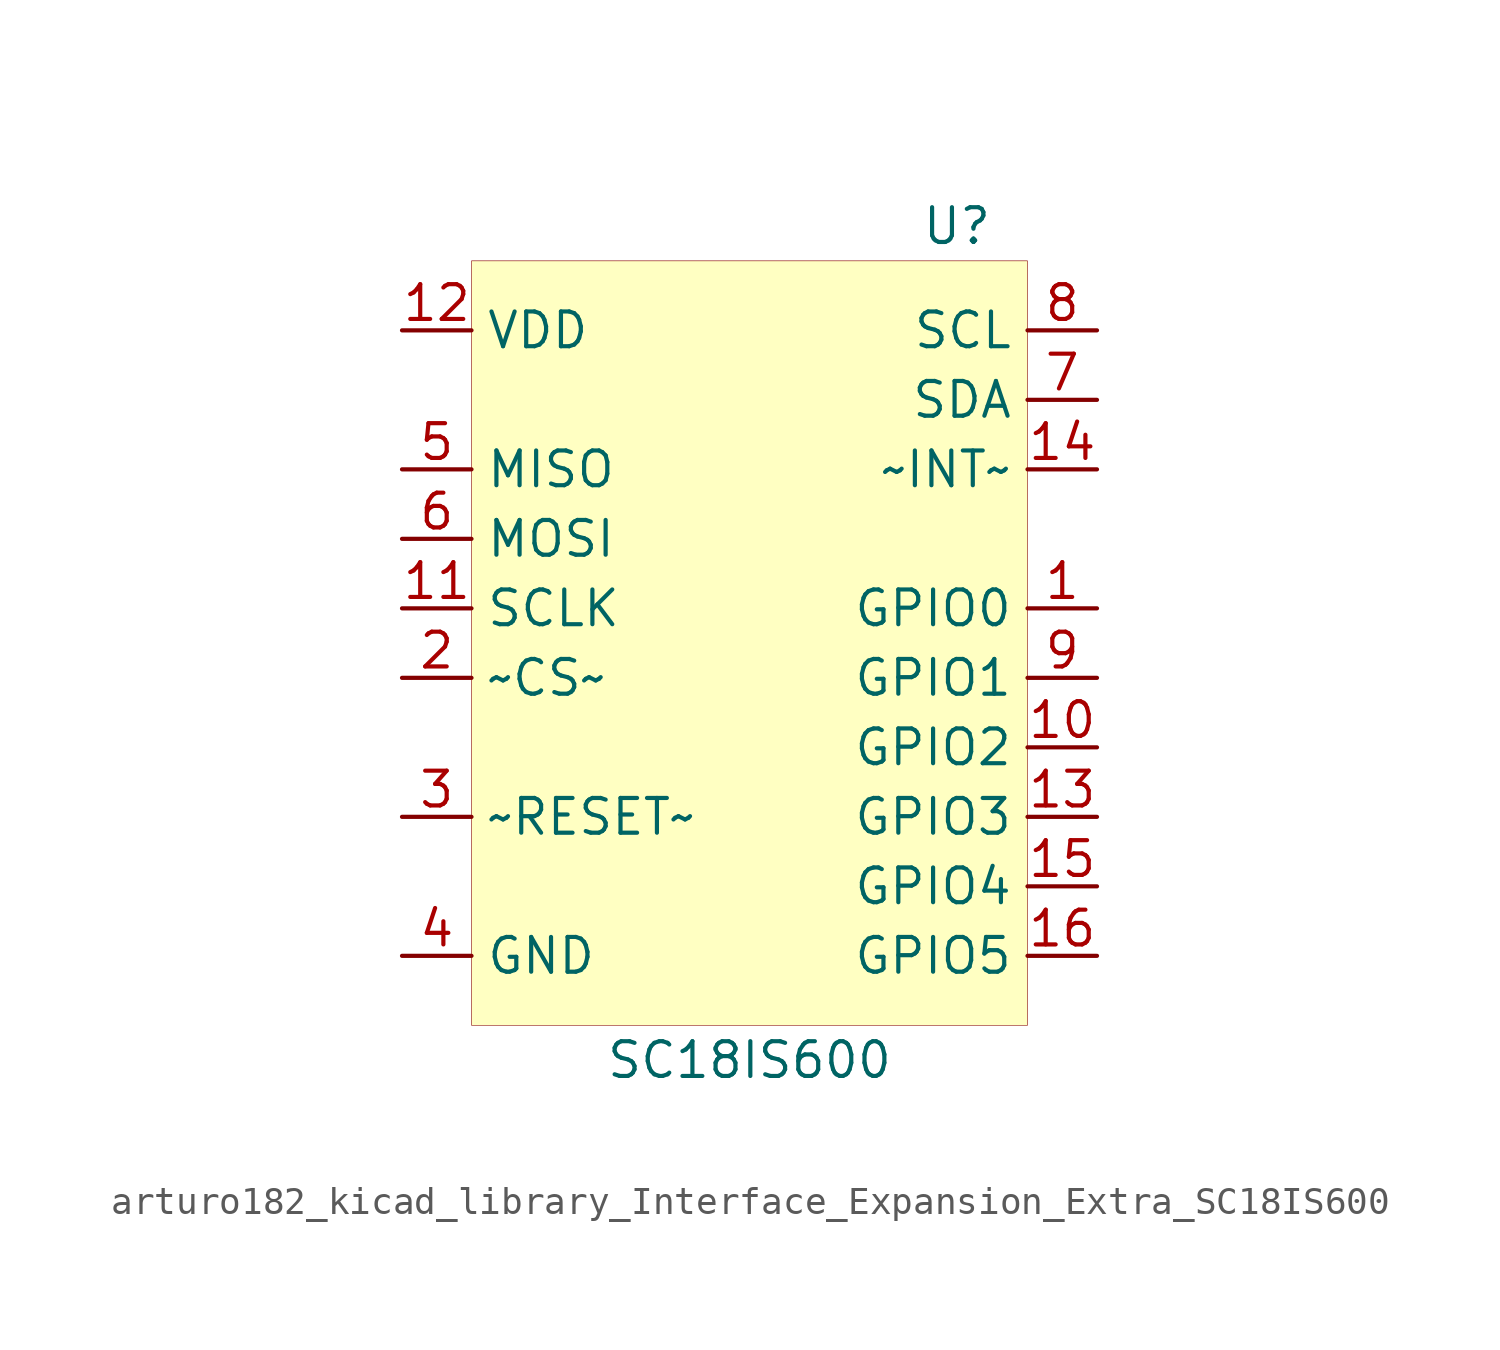
<source format=kicad_sym>
(kicad_symbol_lib
  (version 20220914)
  (generator kicad_symbol_editor)
  (symbol "Interface_Expansion_Extra:arturo182_kicad_library_Interface_Expansion_Extra_SC18IS600"
    (property "Reference" "U"
      (at 8.89 16.51 0)
      (effects (font (size 1.27 1.27)) (justify right)))
    (property "Value" "SC18IS600"
      (at 0 -13.97 0)
      (effects (font (size 1.27 1.27))))
    (symbol "arturo182_kicad_library_Interface_Expansion_Extra_SC18IS600_0_1"
      (rectangle (start -10.16 15.24) (end 10.16 -12.7) (stroke (width 0.001)) (fill (type background))))
    (symbol "arturo182_kicad_library_Interface_Expansion_Extra_SC18IS600_0_0"
      (pin bidirectional line (at 12.7 2.54 180) (length 2.54) (name "GPIO0" (effects (font (size 1.27 1.27)))) (number "1" (effects (font (size 1.27 1.27)))))
      (pin input line (at -12.7 0 0) (length 2.54) (name "~CS~" (effects (font (size 1.27 1.27)))) (number "2" (effects (font (size 1.27 1.27)))))
      (pin input line (at -12.7 -5.08 0) (length 2.54) (name "~RESET~" (effects (font (size 1.27 1.27)))) (number "3" (effects (font (size 1.27 1.27)))))
      (pin power_in line (at -12.7 -10.16 0) (length 2.54) (name "GND" (effects (font (size 1.27 1.27)))) (number "4" (effects (font (size 1.27 1.27)))))
      (pin output line (at -12.7 7.62 0) (length 2.54) (name "MISO" (effects (font (size 1.27 1.27)))) (number "5" (effects (font (size 1.27 1.27)))))
      (pin input line (at -12.7 5.08 0) (length 2.54) (name "MOSI" (effects (font (size 1.27 1.27)))) (number "6" (effects (font (size 1.27 1.27)))))
      (pin bidirectional line (at 12.7 10.16 180) (length 2.54) (name "SDA" (effects (font (size 1.27 1.27)))) (number "7" (effects (font (size 1.27 1.27)))))
      (pin output line (at 12.7 12.7 180) (length 2.54) (name "SCL" (effects (font (size 1.27 1.27)))) (number "8" (effects (font (size 1.27 1.27)))))
      (pin bidirectional line (at 12.7 0 180) (length 2.54) (name "GPIO1" (effects (font (size 1.27 1.27)))) (number "9" (effects (font (size 1.27 1.27)))))
      (pin bidirectional line (at 12.7 -2.54 180) (length 2.54) (name "GPIO2" (effects (font (size 1.27 1.27)))) (number "10" (effects (font (size 1.27 1.27)))))
      (pin input line (at -12.7 2.54 0) (length 2.54) (name "SCLK" (effects (font (size 1.27 1.27)))) (number "11" (effects (font (size 1.27 1.27)))))
      (pin power_in line (at -12.7 12.7 0) (length 2.54) (name "VDD" (effects (font (size 1.27 1.27)))) (number "12" (effects (font (size 1.27 1.27)))))
      (pin bidirectional line (at 12.7 -5.08 180) (length 2.54) (name "GPIO3" (effects (font (size 1.27 1.27)))) (number "13" (effects (font (size 1.27 1.27)))))
      (pin open_collector line (at 12.7 7.62 180) (length 2.54) (name "~INT~" (effects (font (size 1.27 1.27)))) (number "14" (effects (font (size 1.27 1.27)))))
      (pin bidirectional line (at 12.7 -7.62 180) (length 2.54) (name "GPIO4" (effects (font (size 1.27 1.27)))) (number "15" (effects (font (size 1.27 1.27)))))
      (pin bidirectional line (at 12.7 -10.16 180) (length 2.54) (name "GPIO5" (effects (font (size 1.27 1.27)))) (number "16" (effects (font (size 1.27 1.27))))))))
</source>
